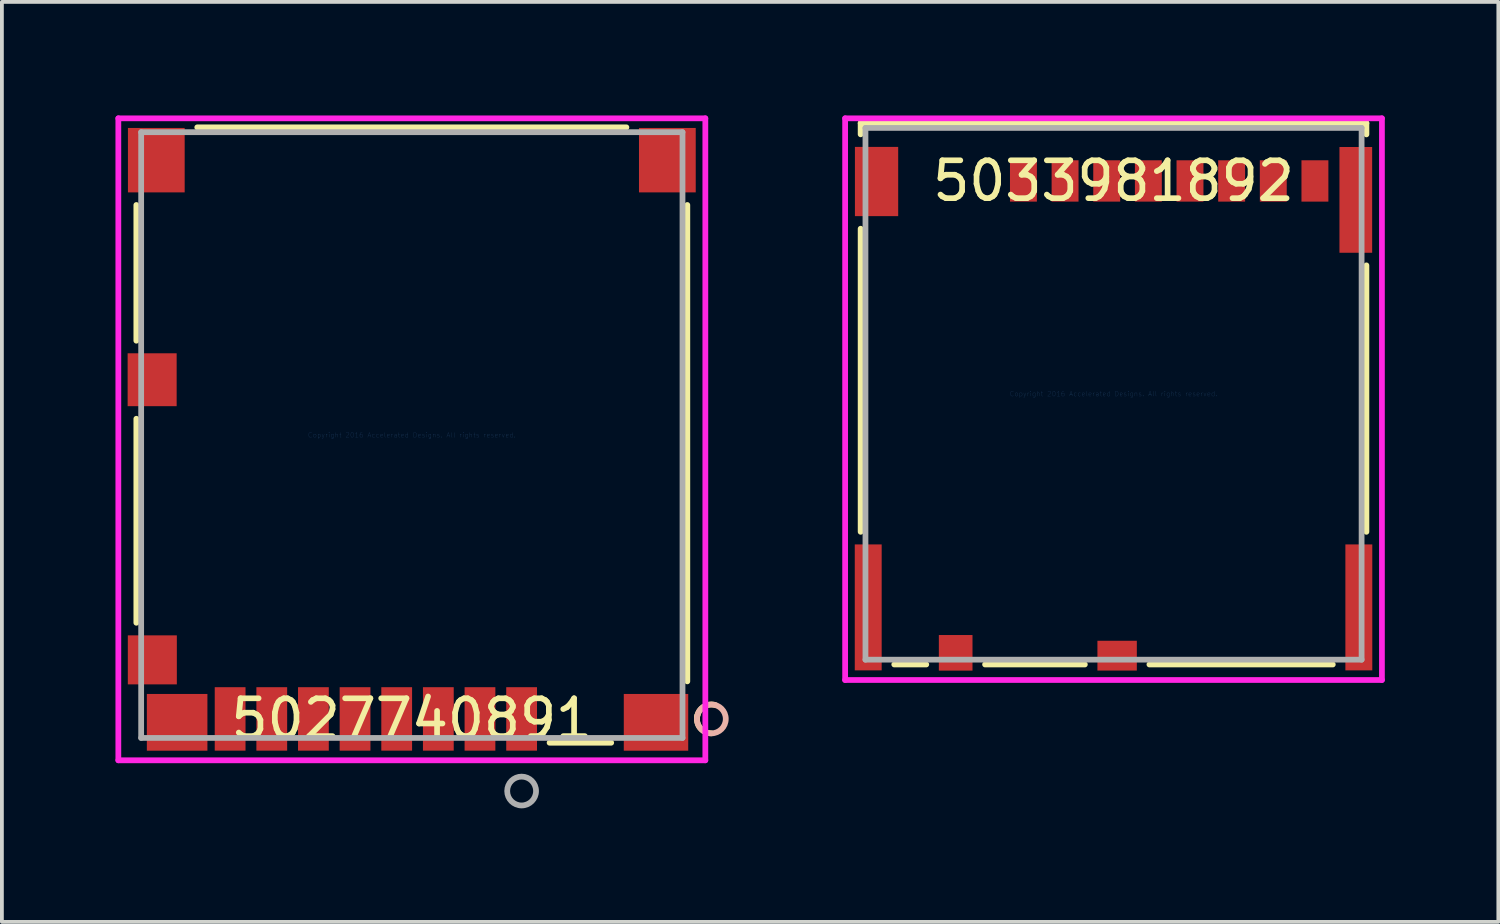
<source format=kicad_pcb>
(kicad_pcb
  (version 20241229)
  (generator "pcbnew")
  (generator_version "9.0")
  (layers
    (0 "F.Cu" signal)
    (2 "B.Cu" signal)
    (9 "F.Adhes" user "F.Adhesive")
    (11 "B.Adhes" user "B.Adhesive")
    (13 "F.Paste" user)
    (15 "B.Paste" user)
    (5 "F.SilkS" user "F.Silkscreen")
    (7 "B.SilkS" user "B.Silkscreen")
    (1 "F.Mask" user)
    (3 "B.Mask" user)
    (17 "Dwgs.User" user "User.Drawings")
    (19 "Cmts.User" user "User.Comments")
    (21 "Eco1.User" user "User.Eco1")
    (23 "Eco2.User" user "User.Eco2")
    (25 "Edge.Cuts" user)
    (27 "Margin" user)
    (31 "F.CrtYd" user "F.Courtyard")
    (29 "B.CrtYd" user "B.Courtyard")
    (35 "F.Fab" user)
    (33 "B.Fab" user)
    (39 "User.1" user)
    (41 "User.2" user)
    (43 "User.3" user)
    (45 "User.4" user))
  (footprint "5027740891"
    (layer "F.Cu")
    (at 7.829 8.442)
    (property "Reference" "5027740891" (at 0 7.499 0) (layer "F.SilkS") (effects (font (size 1 1) (thickness 0.15))))
    (attr through_hole)
    (fp_line (start -7.277 -6.077) (end -7.277 -2.492) (stroke (width 0.152) (type solid)) (layer "F.SilkS"))
    (fp_line (start -7.277 -0.43) (end -7.277 4.959) (stroke (width 0.152) (type solid)) (layer "F.SilkS"))
    (fp_line (start 3.639 8.128) (end 5.266 8.128) (stroke (width 0.152) (type solid)) (layer "F.SilkS"))
    (fp_line (start 5.668 -8.128) (end -5.668 -8.128) (stroke (width 0.152) (type solid)) (layer "F.SilkS"))
    (fp_line (start 7.277 6.507) (end 7.277 -6.077) (stroke (width 0.152) (type solid)) (layer "F.SilkS"))
    (fp_arc (start 7.5311 7.499) (mid 7.681005 7.196087) (end 8.01276 7.131538) (stroke (width 0.1524) (type solid)) (layer "F.SilkS"))
    (fp_arc (start 7.9121 7.88) (mid 7.609187 7.730095) (end 7.544638 7.39834) (stroke (width 0.1524) (type solid)) (layer "F.SilkS"))
    (fp_circle (center 7.912 7.499) (end 8.293 7.499) (stroke (width 0.152) (type solid)) (fill no) (layer "B.SilkS"))
    (fp_line (start -7.753 -8.366) (end -7.753 8.592) (stroke (width 0.152) (type solid)) (layer "F.CrtYd"))
    (fp_line (start -7.753 8.592) (end 7.753 8.592) (stroke (width 0.152) (type solid)) (layer "F.CrtYd"))
    (fp_line (start 7.753 -8.366) (end -7.753 -8.366) (stroke (width 0.152) (type solid)) (layer "F.CrtYd"))
    (fp_line (start 7.753 8.592) (end 7.753 -8.366) (stroke (width 0.152) (type solid)) (layer "F.CrtYd"))
    (fp_line (start -7.15 -8.001) (end -7.15 8.001) (stroke (width 0.152) (type solid)) (layer "F.Fab"))
    (fp_line (start -7.15 8.001) (end 7.15 8.001) (stroke (width 0.152) (type solid)) (layer "F.Fab"))
    (fp_line (start 7.15 -8.001) (end -7.15 -8.001) (stroke (width 0.152) (type solid)) (layer "F.Fab"))
    (fp_line (start 7.15 8.001) (end 7.15 -8.001) (stroke (width 0.152) (type solid)) (layer "F.Fab"))
    (fp_circle (center 2.9 9.404) (end 3.281 9.404) (stroke (width 0.152) (type solid)) (fill no) (layer "F.Fab"))
    (fp_text user "Copyright 2016 Accelerated Designs. All rights reserved." (at 0 0 0) (layer "Cmts.User") (effects (font (size 0.127 0.127) (thickness 0.002))))
    (pad "1" smd rect (at 2.9 7.499) (size 0.813 1.676) (layers "F.Cu" "F.Mask" "F.Paste"))
    (pad "2" smd rect (at 1.8 7.499) (size 0.813 1.676) (layers "F.Cu" "F.Mask" "F.Paste"))
    (pad "3" smd rect (at 0.7 7.499) (size 0.813 1.676) (layers "F.Cu" "F.Mask" "F.Paste"))
    (pad "4" smd rect (at -0.4 7.499) (size 0.813 1.676) (layers "F.Cu" "F.Mask" "F.Paste"))
    (pad "5" smd rect (at -1.5 7.499) (size 0.813 1.676) (layers "F.Cu" "F.Mask" "F.Paste"))
    (pad "6" smd rect (at -2.6 7.499) (size 0.813 1.676) (layers "F.Cu" "F.Mask" "F.Paste"))
    (pad "7" smd rect (at -3.7 7.499) (size 0.813 1.676) (layers "F.Cu" "F.Mask" "F.Paste"))
    (pad "8" smd rect (at -4.8 7.499) (size 0.813 1.676) (layers "F.Cu" "F.Mask" "F.Paste"))
    (pad "9" smd rect (at -6.855 5.939) (size 1.295 1.295) (layers "F.Cu" "F.Mask" "F.Paste"))
    (pad "10" smd rect (at -6.86 -1.461) (size 1.295 1.397) (layers "F.Cu" "F.Mask" "F.Paste"))
    (pad "11" smd rect (at -6.75 -7.261) (size 1.499 1.702) (layers "F.Cu" "F.Mask" "F.Paste"))
    (pad "12" smd rect (at 6.75 -7.261) (size 1.499 1.702) (layers "F.Cu" "F.Mask" "F.Paste"))
    (pad "13" smd rect (at -6.2 7.589) (size 1.6 1.499) (layers "F.Cu" "F.Mask" "F.Paste"))
    (pad "14" smd rect (at 6.45 7.589) (size 1.702 1.499) (layers "F.Cu" "F.Mask" "F.Paste")))
  (footprint "5033981892"
    (layer "F.Cu")
    (at 26.365 7.353)
    (property "Reference" "5033981892" (at 0 -5.623 0) (layer "F.SilkS") (effects (font (size 1 1) (thickness 0.15))))
    (attr through_hole)
    (fp_line (start -6.68 -7.15) (end -6.68 -6.855) (stroke (width 0.152) (type solid)) (layer "F.SilkS"))
    (fp_line (start -6.68 -4.361) (end -6.68 3.645) (stroke (width 0.152) (type solid)) (layer "F.SilkS"))
    (fp_line (start -5.792 7.15) (end -4.947 7.15) (stroke (width 0.152) (type solid)) (layer "F.SilkS"))
    (fp_line (start -3.393 7.15) (end -0.758 7.15) (stroke (width 0.152) (type solid)) (layer "F.SilkS"))
    (fp_line (start 0.948 7.15) (end 5.792 7.15) (stroke (width 0.152) (type solid)) (layer "F.SilkS"))
    (fp_line (start 6.68 -7.15) (end -6.68 -7.15) (stroke (width 0.152) (type solid)) (layer "F.SilkS"))
    (fp_line (start 6.68 -6.853) (end 6.68 -7.15) (stroke (width 0.152) (type solid)) (layer "F.SilkS"))
    (fp_line (start 6.68 3.645) (end 6.68 -3.393) (stroke (width 0.152) (type solid)) (layer "F.SilkS"))
    (fp_line (start -7.09 -7.277) (end -7.09 7.56) (stroke (width 0.152) (type solid)) (layer "F.CrtYd"))
    (fp_line (start -7.09 7.56) (end 7.09 7.56) (stroke (width 0.152) (type solid)) (layer "F.CrtYd"))
    (fp_line (start 7.09 -7.277) (end -7.09 -7.277) (stroke (width 0.152) (type solid)) (layer "F.CrtYd"))
    (fp_line (start 7.09 7.56) (end 7.09 -7.277) (stroke (width 0.152) (type solid)) (layer "F.CrtYd"))
    (fp_line (start -6.553 -7.023) (end -6.553 7.023) (stroke (width 0.152) (type solid)) (layer "F.Fab"))
    (fp_line (start -6.553 7.023) (end 6.553 7.023) (stroke (width 0.152) (type solid)) (layer "F.Fab"))
    (fp_line (start 6.553 -7.023) (end -6.553 -7.023) (stroke (width 0.152) (type solid)) (layer "F.Fab"))
    (fp_line (start 6.553 7.023) (end 6.553 -7.023) (stroke (width 0.152) (type solid)) (layer "F.Fab"))
    (fp_text user "Copyright 2016 Accelerated Designs. All rights reserved." (at 0 0 0) (layer "Cmts.User") (effects (font (size 0.127 0.127) (thickness 0.002))))
    (pad "1" smd rect (at -2.38 -5.623) (size 0.711 1.092) (layers "F.Cu" "F.Mask" "F.Paste"))
    (pad "2" smd rect (at -1.28 -5.623) (size 0.711 1.092) (layers "F.Cu" "F.Mask" "F.Paste"))
    (pad "3" smd rect (at -0.18 -5.623) (size 0.711 1.092) (layers "F.Cu" "F.Mask" "F.Paste"))
    (pad "4" smd rect (at 0.92 -5.623) (size 0.711 1.092) (layers "F.Cu" "F.Mask" "F.Paste"))
    (pad "5" smd rect (at 2.02 -5.623) (size 0.711 1.092) (layers "F.Cu" "F.Mask" "F.Paste"))
    (pad "6" smd rect (at 3.12 -5.623) (size 0.711 1.092) (layers "F.Cu" "F.Mask" "F.Paste"))
    (pad "7" smd rect (at 4.22 -5.623) (size 0.711 1.092) (layers "F.Cu" "F.Mask" "F.Paste"))
    (pad "8" smd rect (at 5.32 -5.623) (size 0.711 1.092) (layers "F.Cu" "F.Mask" "F.Paste"))
    (pad "9" smd rect (at -4.17 6.842) (size 0.889 0.94) (layers "F.Cu" "F.Mask" "F.Paste"))
    (pad "10" smd rect (at 0.095 6.917) (size 1.041 0.787) (layers "F.Cu" "F.Mask" "F.Paste"))
    (pad "11" smd rect (at -6.26 -5.608) (size 1.143 1.829) (layers "F.Cu" "F.Mask" "F.Paste"))
    (pad "12" smd rect (at -6.48 5.642) (size 0.711 3.327) (layers "F.Cu" "F.Mask" "F.Paste"))
    (pad "13" smd rect (at 6.48 5.642) (size 0.711 3.327) (layers "F.Cu" "F.Mask" "F.Paste"))
    (pad "14" smd rect (at 6.4 -5.123) (size 0.864 2.794) (layers "F.Cu" "F.Mask" "F.Paste")))
  (gr_rect
    (start -3 -3)
    (end 36.53 21.303)
    (stroke (width 0.1) (type default))
    (fill no)
    (layer "Edge.Cuts")))
</source>
